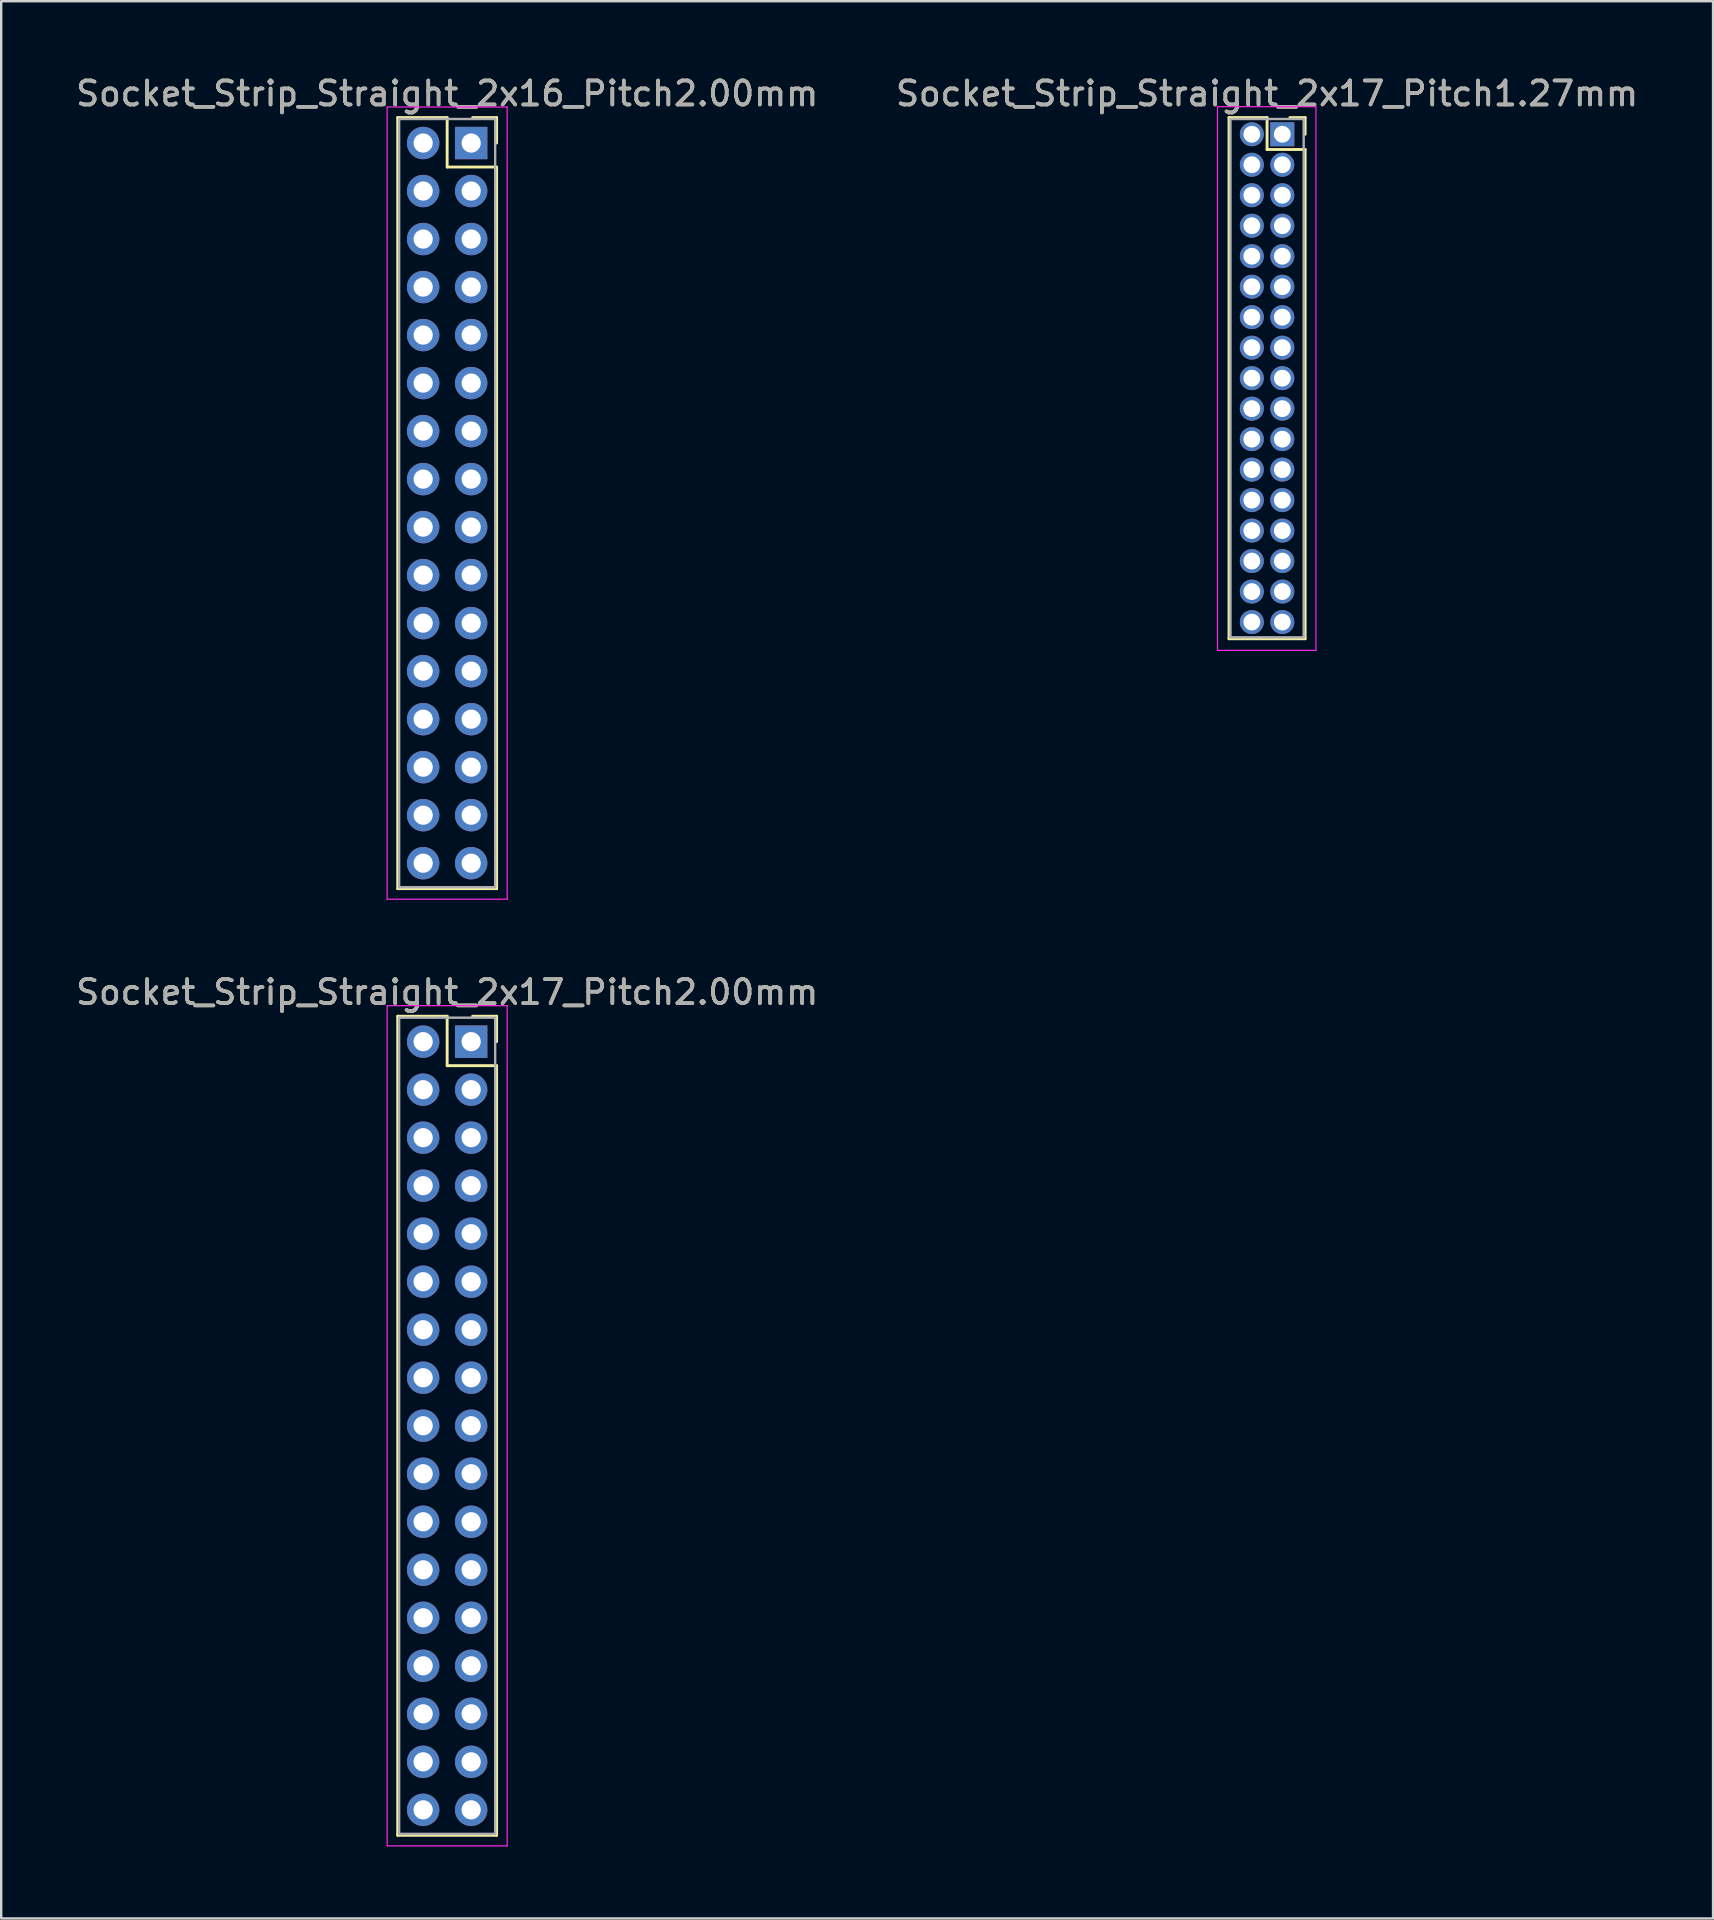
<source format=kicad_pcb>
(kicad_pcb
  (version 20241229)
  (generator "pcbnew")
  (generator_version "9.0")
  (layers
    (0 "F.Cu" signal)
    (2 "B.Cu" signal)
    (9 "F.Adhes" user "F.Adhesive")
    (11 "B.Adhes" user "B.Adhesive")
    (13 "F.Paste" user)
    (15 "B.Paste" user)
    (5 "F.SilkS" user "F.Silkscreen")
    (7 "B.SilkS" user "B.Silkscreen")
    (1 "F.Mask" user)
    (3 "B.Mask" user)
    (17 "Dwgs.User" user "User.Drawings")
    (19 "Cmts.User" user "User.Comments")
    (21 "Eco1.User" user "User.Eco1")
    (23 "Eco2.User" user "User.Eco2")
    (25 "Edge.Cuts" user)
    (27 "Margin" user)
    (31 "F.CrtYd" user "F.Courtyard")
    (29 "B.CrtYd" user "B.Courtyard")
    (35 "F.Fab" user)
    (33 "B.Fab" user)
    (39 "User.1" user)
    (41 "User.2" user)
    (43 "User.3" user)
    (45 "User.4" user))
  (footprint "Socket_Strip_Straight_2x17_Pitch2.00mm"
    (layer "F.Cu")
    (at 16.577 40.342)
    (property "Reference" "Socket_Strip_Straight_2x17_Pitch2.00mm" (at -1 -2.06 0) (layer "F.SilkS") (effects (font (size 1 1) (thickness 0.15))))
    (attr through_hole)
    (fp_line (start -3.06 -1.06) (end -1 -1.06) (stroke (width 0.12) (type solid)) (layer "F.SilkS"))
    (fp_line (start -3.06 33.06) (end -3.06 -1.06) (stroke (width 0.12) (type solid)) (layer "F.SilkS"))
    (fp_line (start -1 -1.06) (end -1 1) (stroke (width 0.12) (type solid)) (layer "F.SilkS"))
    (fp_line (start -1 1) (end 1.06 1) (stroke (width 0.12) (type solid)) (layer "F.SilkS"))
    (fp_line (start 1.06 -1.06) (end 0.06 -1.06) (stroke (width 0.12) (type solid)) (layer "F.SilkS"))
    (fp_line (start 1.06 0) (end 1.06 -1.06) (stroke (width 0.12) (type solid)) (layer "F.SilkS"))
    (fp_line (start 1.06 1) (end 1.06 33.06) (stroke (width 0.12) (type solid)) (layer "F.SilkS"))
    (fp_line (start 1.06 33.06) (end -3.06 33.06) (stroke (width 0.12) (type solid)) (layer "F.SilkS"))
    (fp_line (start -3.5 -1.5) (end -3.5 33.5) (stroke (width 0.05) (type solid)) (layer "F.CrtYd"))
    (fp_line (start -3.5 33.5) (end 1.5 33.5) (stroke (width 0.05) (type solid)) (layer "F.CrtYd"))
    (fp_line (start 1.5 -1.5) (end -3.5 -1.5) (stroke (width 0.05) (type solid)) (layer "F.CrtYd"))
    (fp_line (start 1.5 33.5) (end 1.5 -1.5) (stroke (width 0.05) (type solid)) (layer "F.CrtYd"))
    (fp_line (start -3 -1) (end -3 33) (stroke (width 0.1) (type solid)) (layer "F.Fab"))
    (fp_line (start -3 33) (end 1 33) (stroke (width 0.1) (type solid)) (layer "F.Fab"))
    (fp_line (start 1 -1) (end -3 -1) (stroke (width 0.1) (type solid)) (layer "F.Fab"))
    (fp_line (start 1 33) (end 1 -1) (stroke (width 0.1) (type solid)) (layer "F.Fab"))
    (fp_text user "${REFERENCE}" (at -1 -2.06 0) (layer "F.Fab") (effects (font (size 1 1) (thickness 0.15))))
    (pad "1" thru_hole rect (at 0 0) (size 1.35 1.35) (drill 0.8) (layers "*.Cu" "*.Mask"))
    (pad "2" thru_hole oval (at -2 0) (size 1.35 1.35) (drill 0.8) (layers "*.Cu" "*.Mask"))
    (pad "3" thru_hole oval (at 0 2) (size 1.35 1.35) (drill 0.8) (layers "*.Cu" "*.Mask"))
    (pad "4" thru_hole oval (at -2 2) (size 1.35 1.35) (drill 0.8) (layers "*.Cu" "*.Mask"))
    (pad "5" thru_hole oval (at 0 4) (size 1.35 1.35) (drill 0.8) (layers "*.Cu" "*.Mask"))
    (pad "6" thru_hole oval (at -2 4) (size 1.35 1.35) (drill 0.8) (layers "*.Cu" "*.Mask"))
    (pad "7" thru_hole oval (at 0 6) (size 1.35 1.35) (drill 0.8) (layers "*.Cu" "*.Mask"))
    (pad "8" thru_hole oval (at -2 6) (size 1.35 1.35) (drill 0.8) (layers "*.Cu" "*.Mask"))
    (pad "9" thru_hole oval (at 0 8) (size 1.35 1.35) (drill 0.8) (layers "*.Cu" "*.Mask"))
    (pad "10" thru_hole oval (at -2 8) (size 1.35 1.35) (drill 0.8) (layers "*.Cu" "*.Mask"))
    (pad "11" thru_hole oval (at 0 10) (size 1.35 1.35) (drill 0.8) (layers "*.Cu" "*.Mask"))
    (pad "12" thru_hole oval (at -2 10) (size 1.35 1.35) (drill 0.8) (layers "*.Cu" "*.Mask"))
    (pad "13" thru_hole oval (at 0 12) (size 1.35 1.35) (drill 0.8) (layers "*.Cu" "*.Mask"))
    (pad "14" thru_hole oval (at -2 12) (size 1.35 1.35) (drill 0.8) (layers "*.Cu" "*.Mask"))
    (pad "15" thru_hole oval (at 0 14) (size 1.35 1.35) (drill 0.8) (layers "*.Cu" "*.Mask"))
    (pad "16" thru_hole oval (at -2 14) (size 1.35 1.35) (drill 0.8) (layers "*.Cu" "*.Mask"))
    (pad "17" thru_hole oval (at 0 16) (size 1.35 1.35) (drill 0.8) (layers "*.Cu" "*.Mask"))
    (pad "18" thru_hole oval (at -2 16) (size 1.35 1.35) (drill 0.8) (layers "*.Cu" "*.Mask"))
    (pad "19" thru_hole oval (at 0 18) (size 1.35 1.35) (drill 0.8) (layers "*.Cu" "*.Mask"))
    (pad "20" thru_hole oval (at -2 18) (size 1.35 1.35) (drill 0.8) (layers "*.Cu" "*.Mask"))
    (pad "21" thru_hole oval (at 0 20) (size 1.35 1.35) (drill 0.8) (layers "*.Cu" "*.Mask"))
    (pad "22" thru_hole oval (at -2 20) (size 1.35 1.35) (drill 0.8) (layers "*.Cu" "*.Mask"))
    (pad "23" thru_hole oval (at 0 22) (size 1.35 1.35) (drill 0.8) (layers "*.Cu" "*.Mask"))
    (pad "24" thru_hole oval (at -2 22) (size 1.35 1.35) (drill 0.8) (layers "*.Cu" "*.Mask"))
    (pad "25" thru_hole oval (at 0 24) (size 1.35 1.35) (drill 0.8) (layers "*.Cu" "*.Mask"))
    (pad "26" thru_hole oval (at -2 24) (size 1.35 1.35) (drill 0.8) (layers "*.Cu" "*.Mask"))
    (pad "27" thru_hole oval (at 0 26) (size 1.35 1.35) (drill 0.8) (layers "*.Cu" "*.Mask"))
    (pad "28" thru_hole oval (at -2 26) (size 1.35 1.35) (drill 0.8) (layers "*.Cu" "*.Mask"))
    (pad "29" thru_hole oval (at 0 28) (size 1.35 1.35) (drill 0.8) (layers "*.Cu" "*.Mask"))
    (pad "30" thru_hole oval (at -2 28) (size 1.35 1.35) (drill 0.8) (layers "*.Cu" "*.Mask"))
    (pad "31" thru_hole oval (at 0 30) (size 1.35 1.35) (drill 0.8) (layers "*.Cu" "*.Mask"))
    (pad "32" thru_hole oval (at -2 30) (size 1.35 1.35) (drill 0.8) (layers "*.Cu" "*.Mask"))
    (pad "33" thru_hole oval (at 0 32) (size 1.35 1.35) (drill 0.8) (layers "*.Cu" "*.Mask"))
    (pad "34" thru_hole oval (at -2 32) (size 1.35 1.35) (drill 0.8) (layers "*.Cu" "*.Mask")))
  (footprint "Socket_Strip_Straight_2x16_Pitch2.00mm"
    (layer "F.Cu")
    (at 16.577 2.908)
    (property "Reference" "Socket_Strip_Straight_2x16_Pitch2.00mm" (at -1 -2.06 0) (layer "F.SilkS") (effects (font (size 1 1) (thickness 0.15))))
    (attr through_hole)
    (fp_line (start -3.06 -1.06) (end -1 -1.06) (stroke (width 0.12) (type solid)) (layer "F.SilkS"))
    (fp_line (start -3.06 31.06) (end -3.06 -1.06) (stroke (width 0.12) (type solid)) (layer "F.SilkS"))
    (fp_line (start -1 -1.06) (end -1 1) (stroke (width 0.12) (type solid)) (layer "F.SilkS"))
    (fp_line (start -1 1) (end 1.06 1) (stroke (width 0.12) (type solid)) (layer "F.SilkS"))
    (fp_line (start 1.06 -1.06) (end 0.06 -1.06) (stroke (width 0.12) (type solid)) (layer "F.SilkS"))
    (fp_line (start 1.06 0) (end 1.06 -1.06) (stroke (width 0.12) (type solid)) (layer "F.SilkS"))
    (fp_line (start 1.06 1) (end 1.06 31.06) (stroke (width 0.12) (type solid)) (layer "F.SilkS"))
    (fp_line (start 1.06 31.06) (end -3.06 31.06) (stroke (width 0.12) (type solid)) (layer "F.SilkS"))
    (fp_line (start -3.5 -1.5) (end -3.5 31.5) (stroke (width 0.05) (type solid)) (layer "F.CrtYd"))
    (fp_line (start -3.5 31.5) (end 1.5 31.5) (stroke (width 0.05) (type solid)) (layer "F.CrtYd"))
    (fp_line (start 1.5 -1.5) (end -3.5 -1.5) (stroke (width 0.05) (type solid)) (layer "F.CrtYd"))
    (fp_line (start 1.5 31.5) (end 1.5 -1.5) (stroke (width 0.05) (type solid)) (layer "F.CrtYd"))
    (fp_line (start -3 -1) (end -3 31) (stroke (width 0.1) (type solid)) (layer "F.Fab"))
    (fp_line (start -3 31) (end 1 31) (stroke (width 0.1) (type solid)) (layer "F.Fab"))
    (fp_line (start 1 -1) (end -3 -1) (stroke (width 0.1) (type solid)) (layer "F.Fab"))
    (fp_line (start 1 31) (end 1 -1) (stroke (width 0.1) (type solid)) (layer "F.Fab"))
    (fp_text user "${REFERENCE}" (at -1 -2.06 0) (layer "F.Fab") (effects (font (size 1 1) (thickness 0.15))))
    (pad "1" thru_hole rect (at 0 0) (size 1.35 1.35) (drill 0.8) (layers "*.Cu" "*.Mask"))
    (pad "2" thru_hole oval (at -2 0) (size 1.35 1.35) (drill 0.8) (layers "*.Cu" "*.Mask"))
    (pad "3" thru_hole oval (at 0 2) (size 1.35 1.35) (drill 0.8) (layers "*.Cu" "*.Mask"))
    (pad "4" thru_hole oval (at -2 2) (size 1.35 1.35) (drill 0.8) (layers "*.Cu" "*.Mask"))
    (pad "5" thru_hole oval (at 0 4) (size 1.35 1.35) (drill 0.8) (layers "*.Cu" "*.Mask"))
    (pad "6" thru_hole oval (at -2 4) (size 1.35 1.35) (drill 0.8) (layers "*.Cu" "*.Mask"))
    (pad "7" thru_hole oval (at 0 6) (size 1.35 1.35) (drill 0.8) (layers "*.Cu" "*.Mask"))
    (pad "8" thru_hole oval (at -2 6) (size 1.35 1.35) (drill 0.8) (layers "*.Cu" "*.Mask"))
    (pad "9" thru_hole oval (at 0 8) (size 1.35 1.35) (drill 0.8) (layers "*.Cu" "*.Mask"))
    (pad "10" thru_hole oval (at -2 8) (size 1.35 1.35) (drill 0.8) (layers "*.Cu" "*.Mask"))
    (pad "11" thru_hole oval (at 0 10) (size 1.35 1.35) (drill 0.8) (layers "*.Cu" "*.Mask"))
    (pad "12" thru_hole oval (at -2 10) (size 1.35 1.35) (drill 0.8) (layers "*.Cu" "*.Mask"))
    (pad "13" thru_hole oval (at 0 12) (size 1.35 1.35) (drill 0.8) (layers "*.Cu" "*.Mask"))
    (pad "14" thru_hole oval (at -2 12) (size 1.35 1.35) (drill 0.8) (layers "*.Cu" "*.Mask"))
    (pad "15" thru_hole oval (at 0 14) (size 1.35 1.35) (drill 0.8) (layers "*.Cu" "*.Mask"))
    (pad "16" thru_hole oval (at -2 14) (size 1.35 1.35) (drill 0.8) (layers "*.Cu" "*.Mask"))
    (pad "17" thru_hole oval (at 0 16) (size 1.35 1.35) (drill 0.8) (layers "*.Cu" "*.Mask"))
    (pad "18" thru_hole oval (at -2 16) (size 1.35 1.35) (drill 0.8) (layers "*.Cu" "*.Mask"))
    (pad "19" thru_hole oval (at 0 18) (size 1.35 1.35) (drill 0.8) (layers "*.Cu" "*.Mask"))
    (pad "20" thru_hole oval (at -2 18) (size 1.35 1.35) (drill 0.8) (layers "*.Cu" "*.Mask"))
    (pad "21" thru_hole oval (at 0 20) (size 1.35 1.35) (drill 0.8) (layers "*.Cu" "*.Mask"))
    (pad "22" thru_hole oval (at -2 20) (size 1.35 1.35) (drill 0.8) (layers "*.Cu" "*.Mask"))
    (pad "23" thru_hole oval (at 0 22) (size 1.35 1.35) (drill 0.8) (layers "*.Cu" "*.Mask"))
    (pad "24" thru_hole oval (at -2 22) (size 1.35 1.35) (drill 0.8) (layers "*.Cu" "*.Mask"))
    (pad "25" thru_hole oval (at 0 24) (size 1.35 1.35) (drill 0.8) (layers "*.Cu" "*.Mask"))
    (pad "26" thru_hole oval (at -2 24) (size 1.35 1.35) (drill 0.8) (layers "*.Cu" "*.Mask"))
    (pad "27" thru_hole oval (at 0 26) (size 1.35 1.35) (drill 0.8) (layers "*.Cu" "*.Mask"))
    (pad "28" thru_hole oval (at -2 26) (size 1.35 1.35) (drill 0.8) (layers "*.Cu" "*.Mask"))
    (pad "29" thru_hole oval (at 0 28) (size 1.35 1.35) (drill 0.8) (layers "*.Cu" "*.Mask"))
    (pad "30" thru_hole oval (at -2 28) (size 1.35 1.35) (drill 0.8) (layers "*.Cu" "*.Mask"))
    (pad "31" thru_hole oval (at 0 30) (size 1.35 1.35) (drill 0.8) (layers "*.Cu" "*.Mask"))
    (pad "32" thru_hole oval (at -2 30) (size 1.35 1.35) (drill 0.8) (layers "*.Cu" "*.Mask")))
  (footprint "Socket_Strip_Straight_2x17_Pitch1.27mm"
    (layer "F.Cu")
    (at 50.367 2.543)
    (property "Reference" "Socket_Strip_Straight_2x17_Pitch1.27mm" (at -0.635 -1.695 0) (layer "F.SilkS") (effects (font (size 1 1) (thickness 0.15))))
    (attr through_hole)
    (fp_line (start -2.22 -0.695) (end -0.635 -0.695) (stroke (width 0.12) (type solid)) (layer "F.SilkS"))
    (fp_line (start -2.22 21.015) (end -2.22 -0.695) (stroke (width 0.12) (type solid)) (layer "F.SilkS"))
    (fp_line (start -0.635 -0.695) (end -0.635 0.635) (stroke (width 0.12) (type solid)) (layer "F.SilkS"))
    (fp_line (start -0.635 0.635) (end 0.95 0.635) (stroke (width 0.12) (type solid)) (layer "F.SilkS"))
    (fp_line (start 0.95 -0.695) (end 0.315 -0.695) (stroke (width 0.12) (type solid)) (layer "F.SilkS"))
    (fp_line (start 0.95 0) (end 0.95 -0.695) (stroke (width 0.12) (type solid)) (layer "F.SilkS"))
    (fp_line (start 0.95 0.635) (end 0.95 21.015) (stroke (width 0.12) (type solid)) (layer "F.SilkS"))
    (fp_line (start 0.95 21.015) (end -2.22 21.015) (stroke (width 0.12) (type solid)) (layer "F.SilkS"))
    (fp_line (start -2.7 -1.15) (end -2.7 21.5) (stroke (width 0.05) (type solid)) (layer "F.CrtYd"))
    (fp_line (start -2.7 21.5) (end 1.4 21.5) (stroke (width 0.05) (type solid)) (layer "F.CrtYd"))
    (fp_line (start 1.4 -1.15) (end -2.7 -1.15) (stroke (width 0.05) (type solid)) (layer "F.CrtYd"))
    (fp_line (start 1.4 21.5) (end 1.4 -1.15) (stroke (width 0.05) (type solid)) (layer "F.CrtYd"))
    (fp_line (start -2.16 -0.635) (end -2.16 20.955) (stroke (width 0.1) (type solid)) (layer "F.Fab"))
    (fp_line (start -2.16 20.955) (end 0.89 20.955) (stroke (width 0.1) (type solid)) (layer "F.Fab"))
    (fp_line (start 0.89 -0.635) (end -2.16 -0.635) (stroke (width 0.1) (type solid)) (layer "F.Fab"))
    (fp_line (start 0.89 20.955) (end 0.89 -0.635) (stroke (width 0.1) (type solid)) (layer "F.Fab"))
    (fp_text user "${REFERENCE}" (at -0.635 -1.695 0) (layer "F.Fab") (effects (font (size 1 1) (thickness 0.15))))
    (pad "1" thru_hole rect (at 0 0) (size 1 1) (drill 0.7) (layers "*.Cu" "*.Mask"))
    (pad "2" thru_hole oval (at -1.27 0) (size 1 1) (drill 0.7) (layers "*.Cu" "*.Mask"))
    (pad "3" thru_hole oval (at 0 1.27) (size 1 1) (drill 0.7) (layers "*.Cu" "*.Mask"))
    (pad "4" thru_hole oval (at -1.27 1.27) (size 1 1) (drill 0.7) (layers "*.Cu" "*.Mask"))
    (pad "5" thru_hole oval (at 0 2.54) (size 1 1) (drill 0.7) (layers "*.Cu" "*.Mask"))
    (pad "6" thru_hole oval (at -1.27 2.54) (size 1 1) (drill 0.7) (layers "*.Cu" "*.Mask"))
    (pad "7" thru_hole oval (at 0 3.81) (size 1 1) (drill 0.7) (layers "*.Cu" "*.Mask"))
    (pad "8" thru_hole oval (at -1.27 3.81) (size 1 1) (drill 0.7) (layers "*.Cu" "*.Mask"))
    (pad "9" thru_hole oval (at 0 5.08) (size 1 1) (drill 0.7) (layers "*.Cu" "*.Mask"))
    (pad "10" thru_hole oval (at -1.27 5.08) (size 1 1) (drill 0.7) (layers "*.Cu" "*.Mask"))
    (pad "11" thru_hole oval (at 0 6.35) (size 1 1) (drill 0.7) (layers "*.Cu" "*.Mask"))
    (pad "12" thru_hole oval (at -1.27 6.35) (size 1 1) (drill 0.7) (layers "*.Cu" "*.Mask"))
    (pad "13" thru_hole oval (at 0 7.62) (size 1 1) (drill 0.7) (layers "*.Cu" "*.Mask"))
    (pad "14" thru_hole oval (at -1.27 7.62) (size 1 1) (drill 0.7) (layers "*.Cu" "*.Mask"))
    (pad "15" thru_hole oval (at 0 8.89) (size 1 1) (drill 0.7) (layers "*.Cu" "*.Mask"))
    (pad "16" thru_hole oval (at -1.27 8.89) (size 1 1) (drill 0.7) (layers "*.Cu" "*.Mask"))
    (pad "17" thru_hole oval (at 0 10.16) (size 1 1) (drill 0.7) (layers "*.Cu" "*.Mask"))
    (pad "18" thru_hole oval (at -1.27 10.16) (size 1 1) (drill 0.7) (layers "*.Cu" "*.Mask"))
    (pad "19" thru_hole oval (at 0 11.43) (size 1 1) (drill 0.7) (layers "*.Cu" "*.Mask"))
    (pad "20" thru_hole oval (at -1.27 11.43) (size 1 1) (drill 0.7) (layers "*.Cu" "*.Mask"))
    (pad "21" thru_hole oval (at 0 12.7) (size 1 1) (drill 0.7) (layers "*.Cu" "*.Mask"))
    (pad "22" thru_hole oval (at -1.27 12.7) (size 1 1) (drill 0.7) (layers "*.Cu" "*.Mask"))
    (pad "23" thru_hole oval (at 0 13.97) (size 1 1) (drill 0.7) (layers "*.Cu" "*.Mask"))
    (pad "24" thru_hole oval (at -1.27 13.97) (size 1 1) (drill 0.7) (layers "*.Cu" "*.Mask"))
    (pad "25" thru_hole oval (at 0 15.24) (size 1 1) (drill 0.7) (layers "*.Cu" "*.Mask"))
    (pad "26" thru_hole oval (at -1.27 15.24) (size 1 1) (drill 0.7) (layers "*.Cu" "*.Mask"))
    (pad "27" thru_hole oval (at 0 16.51) (size 1 1) (drill 0.7) (layers "*.Cu" "*.Mask"))
    (pad "28" thru_hole oval (at -1.27 16.51) (size 1 1) (drill 0.7) (layers "*.Cu" "*.Mask"))
    (pad "29" thru_hole oval (at 0 17.78) (size 1 1) (drill 0.7) (layers "*.Cu" "*.Mask"))
    (pad "30" thru_hole oval (at -1.27 17.78) (size 1 1) (drill 0.7) (layers "*.Cu" "*.Mask"))
    (pad "31" thru_hole oval (at 0 19.05) (size 1 1) (drill 0.7) (layers "*.Cu" "*.Mask"))
    (pad "32" thru_hole oval (at -1.27 19.05) (size 1 1) (drill 0.7) (layers "*.Cu" "*.Mask"))
    (pad "33" thru_hole oval (at 0 20.32) (size 1 1) (drill 0.7) (layers "*.Cu" "*.Mask"))
    (pad "34" thru_hole oval (at -1.27 20.32) (size 1 1) (drill 0.7) (layers "*.Cu" "*.Mask")))
  (gr_rect
    (start -3 -3)
    (end 68.31 76.867)
    (stroke (width 0.1) (type default))
    (fill no)
    (layer "Edge.Cuts")))
</source>
